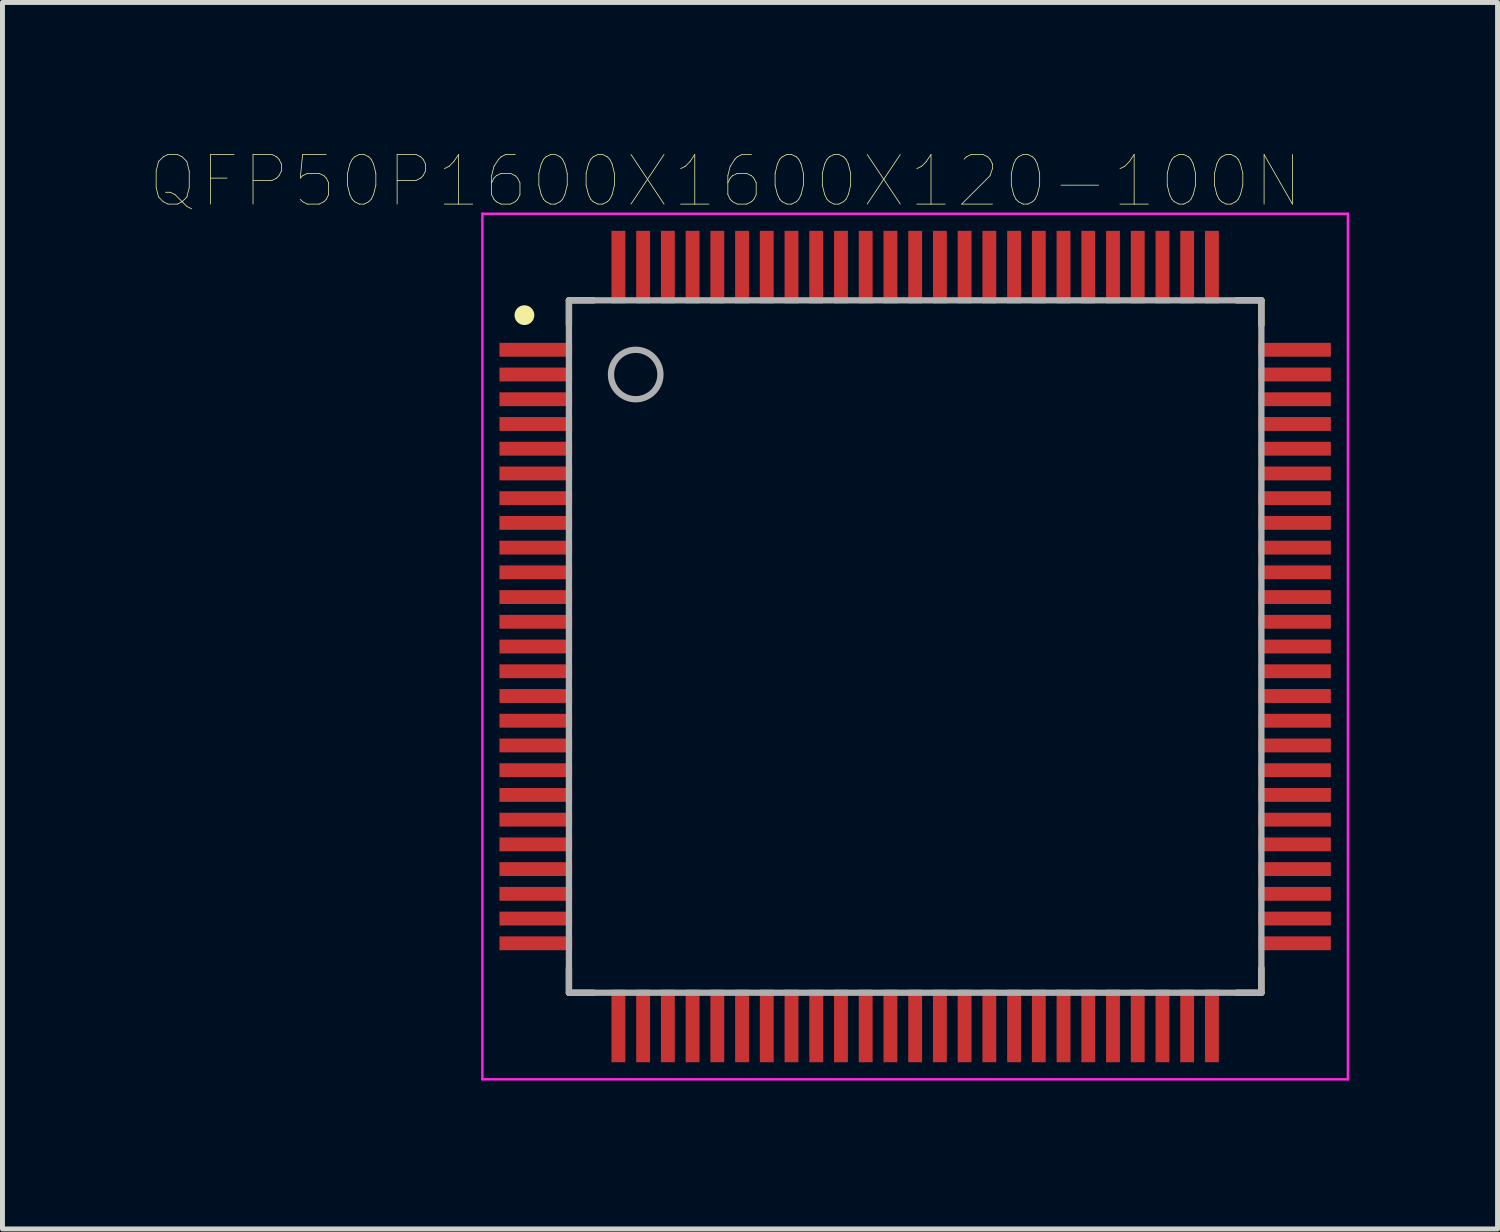
<source format=kicad_pcb>
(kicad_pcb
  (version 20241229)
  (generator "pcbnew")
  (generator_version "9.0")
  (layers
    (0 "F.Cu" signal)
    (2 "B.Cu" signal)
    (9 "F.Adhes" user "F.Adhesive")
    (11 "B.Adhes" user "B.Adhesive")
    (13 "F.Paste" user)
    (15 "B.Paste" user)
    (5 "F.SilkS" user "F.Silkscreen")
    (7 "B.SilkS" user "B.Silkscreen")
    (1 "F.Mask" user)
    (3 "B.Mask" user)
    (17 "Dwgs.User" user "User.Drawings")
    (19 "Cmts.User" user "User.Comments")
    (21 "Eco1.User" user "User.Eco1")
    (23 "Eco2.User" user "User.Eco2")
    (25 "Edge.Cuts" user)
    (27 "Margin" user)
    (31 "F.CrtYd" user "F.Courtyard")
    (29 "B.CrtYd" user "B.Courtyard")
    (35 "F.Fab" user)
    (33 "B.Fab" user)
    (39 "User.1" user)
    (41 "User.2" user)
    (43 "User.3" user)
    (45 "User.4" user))
  (footprint "QFP50P1600X1600X120-100N"
    (layer "F.Cu")
    (at 15.453 10.022)
    (property "Reference" "QFP50P1600X1600X120-100N" (at -3.835 -9.409 0) (layer "F.SilkS") (effects (font (size 1.003 1.003) (thickness 0.015))))
    (attr through_hole)
    (fp_line (start -7 -7) (end -6.5 -7) (stroke (width 0.127) (type solid)) (layer "F.SilkS"))
    (fp_line (start -7 -6.5) (end -7 -7) (stroke (width 0.127) (type solid)) (layer "F.SilkS"))
    (fp_line (start -7 7) (end -7 6.5) (stroke (width 0.127) (type solid)) (layer "F.SilkS"))
    (fp_line (start -6.5 7) (end -7 7) (stroke (width 0.127) (type solid)) (layer "F.SilkS"))
    (fp_line (start 6.5 -7) (end 7 -7) (stroke (width 0.127) (type solid)) (layer "F.SilkS"))
    (fp_line (start 7 -7) (end 7 -6.5) (stroke (width 0.127) (type solid)) (layer "F.SilkS"))
    (fp_line (start 7 6.5) (end 7 7) (stroke (width 0.127) (type solid)) (layer "F.SilkS"))
    (fp_line (start 7 7) (end 6.5 7) (stroke (width 0.127) (type solid)) (layer "F.SilkS"))
    (fp_circle (center -7.9 -6.7) (end -7.8 -6.7) (stroke (width 0.2) (type solid)) (fill no) (layer "F.SilkS"))
    (fp_line (start -8.75 -8.75) (end 8.75 -8.75) (stroke (width 0.05) (type solid)) (layer "F.CrtYd"))
    (fp_line (start -8.75 8.75) (end -8.75 -8.75) (stroke (width 0.05) (type solid)) (layer "F.CrtYd"))
    (fp_line (start 8.75 -8.75) (end 8.75 8.75) (stroke (width 0.05) (type solid)) (layer "F.CrtYd"))
    (fp_line (start 8.75 8.75) (end -8.75 8.75) (stroke (width 0.05) (type solid)) (layer "F.CrtYd"))
    (fp_line (start -7 -7) (end 7 -7) (stroke (width 0.127) (type solid)) (layer "F.Fab"))
    (fp_line (start -7 7) (end -7 -7) (stroke (width 0.127) (type solid)) (layer "F.Fab"))
    (fp_line (start 7 -7) (end 7 7) (stroke (width 0.127) (type solid)) (layer "F.Fab"))
    (fp_line (start 7 7) (end -7 7) (stroke (width 0.127) (type solid)) (layer "F.Fab"))
    (fp_circle (center -5.65 -5.5) (end -5.15 -5.5) (stroke (width 0.127) (type solid)) (fill no) (layer "F.Fab"))
    (pad "1" smd rect (at -7.67 -6) (size 1.47 0.28) (layers "F.Cu" "F.Mask" "F.Paste"))
    (pad "2" smd rect (at -7.67 -5.5) (size 1.47 0.28) (layers "F.Cu" "F.Mask" "F.Paste"))
    (pad "3" smd rect (at -7.67 -5) (size 1.47 0.28) (layers "F.Cu" "F.Mask" "F.Paste"))
    (pad "4" smd rect (at -7.67 -4.5) (size 1.47 0.28) (layers "F.Cu" "F.Mask" "F.Paste"))
    (pad "5" smd rect (at -7.67 -4) (size 1.47 0.28) (layers "F.Cu" "F.Mask" "F.Paste"))
    (pad "6" smd rect (at -7.67 -3.5) (size 1.47 0.28) (layers "F.Cu" "F.Mask" "F.Paste"))
    (pad "7" smd rect (at -7.67 -3) (size 1.47 0.28) (layers "F.Cu" "F.Mask" "F.Paste"))
    (pad "8" smd rect (at -7.67 -2.5) (size 1.47 0.28) (layers "F.Cu" "F.Mask" "F.Paste"))
    (pad "9" smd rect (at -7.67 -2) (size 1.47 0.28) (layers "F.Cu" "F.Mask" "F.Paste"))
    (pad "10" smd rect (at -7.67 -1.5) (size 1.47 0.28) (layers "F.Cu" "F.Mask" "F.Paste"))
    (pad "11" smd rect (at -7.67 -1) (size 1.47 0.28) (layers "F.Cu" "F.Mask" "F.Paste"))
    (pad "12" smd rect (at -7.67 -0.5) (size 1.47 0.28) (layers "F.Cu" "F.Mask" "F.Paste"))
    (pad "13" smd rect (at -7.67 0) (size 1.47 0.28) (layers "F.Cu" "F.Mask" "F.Paste"))
    (pad "14" smd rect (at -7.67 0.5) (size 1.47 0.28) (layers "F.Cu" "F.Mask" "F.Paste"))
    (pad "15" smd rect (at -7.67 1) (size 1.47 0.28) (layers "F.Cu" "F.Mask" "F.Paste"))
    (pad "16" smd rect (at -7.67 1.5) (size 1.47 0.28) (layers "F.Cu" "F.Mask" "F.Paste"))
    (pad "17" smd rect (at -7.67 2) (size 1.47 0.28) (layers "F.Cu" "F.Mask" "F.Paste"))
    (pad "18" smd rect (at -7.67 2.5) (size 1.47 0.28) (layers "F.Cu" "F.Mask" "F.Paste"))
    (pad "19" smd rect (at -7.67 3) (size 1.47 0.28) (layers "F.Cu" "F.Mask" "F.Paste"))
    (pad "20" smd rect (at -7.67 3.5) (size 1.47 0.28) (layers "F.Cu" "F.Mask" "F.Paste"))
    (pad "21" smd rect (at -7.67 4) (size 1.47 0.28) (layers "F.Cu" "F.Mask" "F.Paste"))
    (pad "22" smd rect (at -7.67 4.5) (size 1.47 0.28) (layers "F.Cu" "F.Mask" "F.Paste"))
    (pad "23" smd rect (at -7.67 5) (size 1.47 0.28) (layers "F.Cu" "F.Mask" "F.Paste"))
    (pad "24" smd rect (at -7.67 5.5) (size 1.47 0.28) (layers "F.Cu" "F.Mask" "F.Paste"))
    (pad "25" smd rect (at -7.67 6) (size 1.47 0.28) (layers "F.Cu" "F.Mask" "F.Paste"))
    (pad "26" smd rect (at -6 7.67) (size 0.28 1.47) (layers "F.Cu" "F.Mask" "F.Paste"))
    (pad "27" smd rect (at -5.5 7.67) (size 0.28 1.47) (layers "F.Cu" "F.Mask" "F.Paste"))
    (pad "28" smd rect (at -5 7.67) (size 0.28 1.47) (layers "F.Cu" "F.Mask" "F.Paste"))
    (pad "29" smd rect (at -4.5 7.67) (size 0.28 1.47) (layers "F.Cu" "F.Mask" "F.Paste"))
    (pad "30" smd rect (at -4 7.67) (size 0.28 1.47) (layers "F.Cu" "F.Mask" "F.Paste"))
    (pad "31" smd rect (at -3.5 7.67) (size 0.28 1.47) (layers "F.Cu" "F.Mask" "F.Paste"))
    (pad "32" smd rect (at -3 7.67) (size 0.28 1.47) (layers "F.Cu" "F.Mask" "F.Paste"))
    (pad "33" smd rect (at -2.5 7.67) (size 0.28 1.47) (layers "F.Cu" "F.Mask" "F.Paste"))
    (pad "34" smd rect (at -2 7.67) (size 0.28 1.47) (layers "F.Cu" "F.Mask" "F.Paste"))
    (pad "35" smd rect (at -1.5 7.67) (size 0.28 1.47) (layers "F.Cu" "F.Mask" "F.Paste"))
    (pad "36" smd rect (at -1 7.67) (size 0.28 1.47) (layers "F.Cu" "F.Mask" "F.Paste"))
    (pad "37" smd rect (at -0.5 7.67) (size 0.28 1.47) (layers "F.Cu" "F.Mask" "F.Paste"))
    (pad "38" smd rect (at 0 7.67) (size 0.28 1.47) (layers "F.Cu" "F.Mask" "F.Paste"))
    (pad "39" smd rect (at 0.5 7.67) (size 0.28 1.47) (layers "F.Cu" "F.Mask" "F.Paste"))
    (pad "40" smd rect (at 1 7.67) (size 0.28 1.47) (layers "F.Cu" "F.Mask" "F.Paste"))
    (pad "41" smd rect (at 1.5 7.67) (size 0.28 1.47) (layers "F.Cu" "F.Mask" "F.Paste"))
    (pad "42" smd rect (at 2 7.67) (size 0.28 1.47) (layers "F.Cu" "F.Mask" "F.Paste"))
    (pad "43" smd rect (at 2.5 7.67) (size 0.28 1.47) (layers "F.Cu" "F.Mask" "F.Paste"))
    (pad "44" smd rect (at 3 7.67) (size 0.28 1.47) (layers "F.Cu" "F.Mask" "F.Paste"))
    (pad "45" smd rect (at 3.5 7.67) (size 0.28 1.47) (layers "F.Cu" "F.Mask" "F.Paste"))
    (pad "46" smd rect (at 4 7.67) (size 0.28 1.47) (layers "F.Cu" "F.Mask" "F.Paste"))
    (pad "47" smd rect (at 4.5 7.67) (size 0.28 1.47) (layers "F.Cu" "F.Mask" "F.Paste"))
    (pad "48" smd rect (at 5 7.67) (size 0.28 1.47) (layers "F.Cu" "F.Mask" "F.Paste"))
    (pad "49" smd rect (at 5.5 7.67) (size 0.28 1.47) (layers "F.Cu" "F.Mask" "F.Paste"))
    (pad "50" smd rect (at 6 7.67) (size 0.28 1.47) (layers "F.Cu" "F.Mask" "F.Paste"))
    (pad "51" smd rect (at 7.67 6) (size 1.47 0.28) (layers "F.Cu" "F.Mask" "F.Paste"))
    (pad "52" smd rect (at 7.67 5.5) (size 1.47 0.28) (layers "F.Cu" "F.Mask" "F.Paste"))
    (pad "53" smd rect (at 7.67 5) (size 1.47 0.28) (layers "F.Cu" "F.Mask" "F.Paste"))
    (pad "54" smd rect (at 7.67 4.5) (size 1.47 0.28) (layers "F.Cu" "F.Mask" "F.Paste"))
    (pad "55" smd rect (at 7.67 4) (size 1.47 0.28) (layers "F.Cu" "F.Mask" "F.Paste"))
    (pad "56" smd rect (at 7.67 3.5) (size 1.47 0.28) (layers "F.Cu" "F.Mask" "F.Paste"))
    (pad "57" smd rect (at 7.67 3) (size 1.47 0.28) (layers "F.Cu" "F.Mask" "F.Paste"))
    (pad "58" smd rect (at 7.67 2.5) (size 1.47 0.28) (layers "F.Cu" "F.Mask" "F.Paste"))
    (pad "59" smd rect (at 7.67 2) (size 1.47 0.28) (layers "F.Cu" "F.Mask" "F.Paste"))
    (pad "60" smd rect (at 7.67 1.5) (size 1.47 0.28) (layers "F.Cu" "F.Mask" "F.Paste"))
    (pad "61" smd rect (at 7.67 1) (size 1.47 0.28) (layers "F.Cu" "F.Mask" "F.Paste"))
    (pad "62" smd rect (at 7.67 0.5) (size 1.47 0.28) (layers "F.Cu" "F.Mask" "F.Paste"))
    (pad "63" smd rect (at 7.67 0) (size 1.47 0.28) (layers "F.Cu" "F.Mask" "F.Paste"))
    (pad "64" smd rect (at 7.67 -0.5) (size 1.47 0.28) (layers "F.Cu" "F.Mask" "F.Paste"))
    (pad "65" smd rect (at 7.67 -1) (size 1.47 0.28) (layers "F.Cu" "F.Mask" "F.Paste"))
    (pad "66" smd rect (at 7.67 -1.5) (size 1.47 0.28) (layers "F.Cu" "F.Mask" "F.Paste"))
    (pad "67" smd rect (at 7.67 -2) (size 1.47 0.28) (layers "F.Cu" "F.Mask" "F.Paste"))
    (pad "68" smd rect (at 7.67 -2.5) (size 1.47 0.28) (layers "F.Cu" "F.Mask" "F.Paste"))
    (pad "69" smd rect (at 7.67 -3) (size 1.47 0.28) (layers "F.Cu" "F.Mask" "F.Paste"))
    (pad "70" smd rect (at 7.67 -3.5) (size 1.47 0.28) (layers "F.Cu" "F.Mask" "F.Paste"))
    (pad "71" smd rect (at 7.67 -4) (size 1.47 0.28) (layers "F.Cu" "F.Mask" "F.Paste"))
    (pad "72" smd rect (at 7.67 -4.5) (size 1.47 0.28) (layers "F.Cu" "F.Mask" "F.Paste"))
    (pad "73" smd rect (at 7.67 -5) (size 1.47 0.28) (layers "F.Cu" "F.Mask" "F.Paste"))
    (pad "74" smd rect (at 7.67 -5.5) (size 1.47 0.28) (layers "F.Cu" "F.Mask" "F.Paste"))
    (pad "75" smd rect (at 7.67 -6) (size 1.47 0.28) (layers "F.Cu" "F.Mask" "F.Paste"))
    (pad "76" smd rect (at 6 -7.67) (size 0.28 1.47) (layers "F.Cu" "F.Mask" "F.Paste"))
    (pad "77" smd rect (at 5.5 -7.67) (size 0.28 1.47) (layers "F.Cu" "F.Mask" "F.Paste"))
    (pad "78" smd rect (at 5 -7.67) (size 0.28 1.47) (layers "F.Cu" "F.Mask" "F.Paste"))
    (pad "79" smd rect (at 4.5 -7.67) (size 0.28 1.47) (layers "F.Cu" "F.Mask" "F.Paste"))
    (pad "80" smd rect (at 4 -7.67) (size 0.28 1.47) (layers "F.Cu" "F.Mask" "F.Paste"))
    (pad "81" smd rect (at 3.5 -7.67) (size 0.28 1.47) (layers "F.Cu" "F.Mask" "F.Paste"))
    (pad "82" smd rect (at 3 -7.67) (size 0.28 1.47) (layers "F.Cu" "F.Mask" "F.Paste"))
    (pad "83" smd rect (at 2.5 -7.67) (size 0.28 1.47) (layers "F.Cu" "F.Mask" "F.Paste"))
    (pad "84" smd rect (at 2 -7.67) (size 0.28 1.47) (layers "F.Cu" "F.Mask" "F.Paste"))
    (pad "85" smd rect (at 1.5 -7.67) (size 0.28 1.47) (layers "F.Cu" "F.Mask" "F.Paste"))
    (pad "86" smd rect (at 1 -7.67) (size 0.28 1.47) (layers "F.Cu" "F.Mask" "F.Paste"))
    (pad "87" smd rect (at 0.5 -7.67) (size 0.28 1.47) (layers "F.Cu" "F.Mask" "F.Paste"))
    (pad "88" smd rect (at 0 -7.67) (size 0.28 1.47) (layers "F.Cu" "F.Mask" "F.Paste"))
    (pad "89" smd rect (at -0.5 -7.67) (size 0.28 1.47) (layers "F.Cu" "F.Mask" "F.Paste"))
    (pad "90" smd rect (at -1 -7.67) (size 0.28 1.47) (layers "F.Cu" "F.Mask" "F.Paste"))
    (pad "91" smd rect (at -1.5 -7.67) (size 0.28 1.47) (layers "F.Cu" "F.Mask" "F.Paste"))
    (pad "92" smd rect (at -2 -7.67) (size 0.28 1.47) (layers "F.Cu" "F.Mask" "F.Paste"))
    (pad "93" smd rect (at -2.5 -7.67) (size 0.28 1.47) (layers "F.Cu" "F.Mask" "F.Paste"))
    (pad "94" smd rect (at -3 -7.67) (size 0.28 1.47) (layers "F.Cu" "F.Mask" "F.Paste"))
    (pad "95" smd rect (at -3.5 -7.67) (size 0.28 1.47) (layers "F.Cu" "F.Mask" "F.Paste"))
    (pad "96" smd rect (at -4 -7.67) (size 0.28 1.47) (layers "F.Cu" "F.Mask" "F.Paste"))
    (pad "97" smd rect (at -4.5 -7.67) (size 0.28 1.47) (layers "F.Cu" "F.Mask" "F.Paste"))
    (pad "98" smd rect (at -5 -7.67) (size 0.28 1.47) (layers "F.Cu" "F.Mask" "F.Paste"))
    (pad "99" smd rect (at -5.5 -7.67) (size 0.28 1.47) (layers "F.Cu" "F.Mask" "F.Paste"))
    (pad "100" smd rect (at -6 -7.67) (size 0.28 1.47) (layers "F.Cu" "F.Mask" "F.Paste")))
  (gr_rect
    (start -3 -3)
    (end 27.228 21.797)
    (stroke (width 0.1) (type default))
    (fill no)
    (layer "Edge.Cuts")))
</source>
